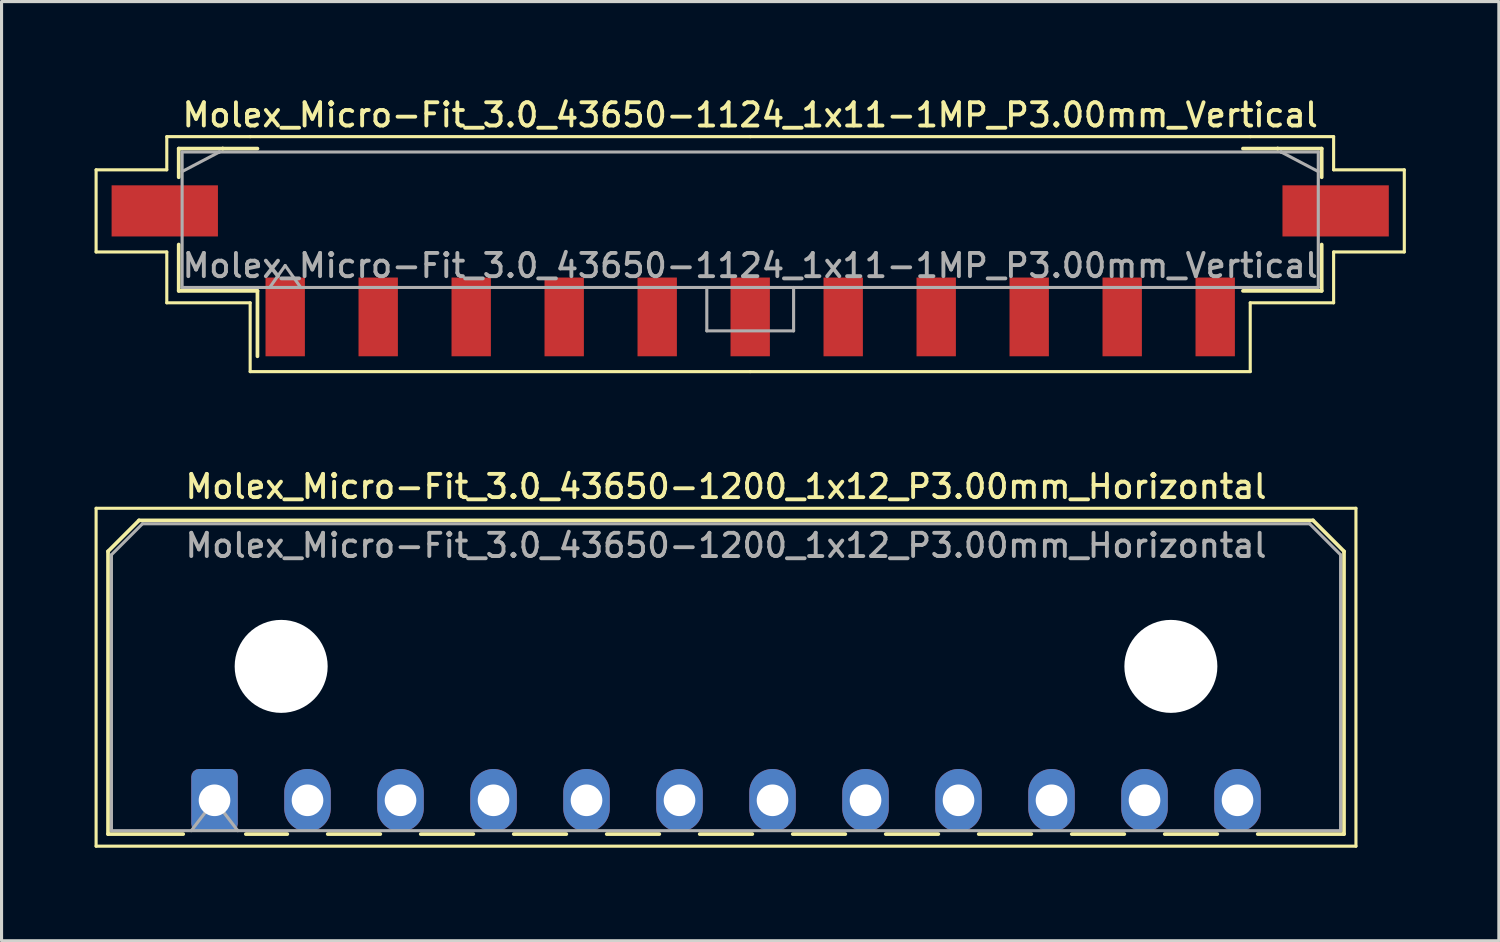
<source format=kicad_pcb>
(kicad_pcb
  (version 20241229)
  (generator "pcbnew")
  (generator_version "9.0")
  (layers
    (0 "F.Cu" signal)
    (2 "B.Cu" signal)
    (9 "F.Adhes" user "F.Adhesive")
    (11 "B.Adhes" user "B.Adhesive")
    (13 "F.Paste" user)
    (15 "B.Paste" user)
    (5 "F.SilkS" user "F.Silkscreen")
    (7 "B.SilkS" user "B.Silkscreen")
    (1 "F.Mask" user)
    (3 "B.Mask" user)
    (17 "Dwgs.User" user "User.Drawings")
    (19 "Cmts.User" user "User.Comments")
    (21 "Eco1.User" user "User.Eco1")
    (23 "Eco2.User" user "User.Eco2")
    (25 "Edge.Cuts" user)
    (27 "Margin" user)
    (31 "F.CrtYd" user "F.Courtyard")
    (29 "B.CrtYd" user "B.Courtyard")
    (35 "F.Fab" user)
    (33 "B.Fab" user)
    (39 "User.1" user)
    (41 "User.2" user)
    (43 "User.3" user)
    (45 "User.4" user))
  (footprint "Molex_Micro-Fit_3.0_43650-1200_1x12_P3.00mm_Horizontal"
    (layer "F.Cu")
    (at 3.87 22.766)
    (property "Reference" "Molex_Micro-Fit_3.0_43650-1200_1x12_P3.00mm_Horizontal" (at 16.5 -10.12 0) (layer "F.SilkS") (effects (font (size 0.75 0.75) (thickness 0.125))))
    (attr through_hole)
    (fp_line (start -3.82 -9.42) (end 36.82 -9.42) (stroke (width 0.1) (type solid)) (layer "F.SilkS"))
    (fp_line (start -3.82 1.48) (end -3.82 -9.42) (stroke (width 0.1) (type solid)) (layer "F.SilkS"))
    (fp_line (start -3.435 -8.03) (end -2.435 -9.03) (stroke (width 0.12) (type solid)) (layer "F.SilkS"))
    (fp_line (start -3.435 1.09) (end -3.435 -8.03) (stroke (width 0.12) (type solid)) (layer "F.SilkS"))
    (fp_line (start -3.435 1.09) (end -1.01 1.09) (stroke (width 0.12) (type solid)) (layer "F.SilkS"))
    (fp_line (start -2.435 -9.03) (end 35.435 -9.03) (stroke (width 0.12) (type solid)) (layer "F.SilkS"))
    (fp_line (start 1.01 1.09) (end 2.348 1.09) (stroke (width 0.12) (type solid)) (layer "F.SilkS"))
    (fp_line (start 3.652 1.09) (end 5.348 1.09) (stroke (width 0.12) (type solid)) (layer "F.SilkS"))
    (fp_line (start 6.652 1.09) (end 8.348 1.09) (stroke (width 0.12) (type solid)) (layer "F.SilkS"))
    (fp_line (start 9.652 1.09) (end 11.348 1.09) (stroke (width 0.12) (type solid)) (layer "F.SilkS"))
    (fp_line (start 12.652 1.09) (end 14.348 1.09) (stroke (width 0.12) (type solid)) (layer "F.SilkS"))
    (fp_line (start 15.652 1.09) (end 17.348 1.09) (stroke (width 0.12) (type solid)) (layer "F.SilkS"))
    (fp_line (start 18.652 1.09) (end 20.348 1.09) (stroke (width 0.12) (type solid)) (layer "F.SilkS"))
    (fp_line (start 21.652 1.09) (end 23.348 1.09) (stroke (width 0.12) (type solid)) (layer "F.SilkS"))
    (fp_line (start 24.652 1.09) (end 26.348 1.09) (stroke (width 0.12) (type solid)) (layer "F.SilkS"))
    (fp_line (start 27.652 1.09) (end 29.348 1.09) (stroke (width 0.12) (type solid)) (layer "F.SilkS"))
    (fp_line (start 30.652 1.09) (end 32.348 1.09) (stroke (width 0.12) (type solid)) (layer "F.SilkS"))
    (fp_line (start 35.435 -9.03) (end 36.435 -8.03) (stroke (width 0.12) (type solid)) (layer "F.SilkS"))
    (fp_line (start 36.435 -8.03) (end 36.435 1.09) (stroke (width 0.12) (type solid)) (layer "F.SilkS"))
    (fp_line (start 36.435 1.09) (end 33.652 1.09) (stroke (width 0.12) (type solid)) (layer "F.SilkS"))
    (fp_line (start 36.82 -9.42) (end 36.82 1.48) (stroke (width 0.1) (type solid)) (layer "F.SilkS"))
    (fp_line (start 36.82 1.48) (end -3.82 1.48) (stroke (width 0.1) (type solid)) (layer "F.SilkS"))
    (fp_line (start -3.325 -7.92) (end -2.325 -8.92) (stroke (width 0.1) (type solid)) (layer "F.Fab"))
    (fp_line (start -3.325 0.98) (end -3.325 -7.92) (stroke (width 0.1) (type solid)) (layer "F.Fab"))
    (fp_line (start -2.325 -8.92) (end 35.325 -8.92) (stroke (width 0.1) (type solid)) (layer "F.Fab"))
    (fp_line (start -0.75 0.98) (end 0 0) (stroke (width 0.1) (type solid)) (layer "F.Fab"))
    (fp_line (start 0 0) (end 0.75 0.98) (stroke (width 0.1) (type solid)) (layer "F.Fab"))
    (fp_line (start 35.325 -8.92) (end 36.325 -7.92) (stroke (width 0.1) (type solid)) (layer "F.Fab"))
    (fp_line (start 36.325 -7.92) (end 36.325 0.98) (stroke (width 0.1) (type solid)) (layer "F.Fab"))
    (fp_line (start 36.325 0.98) (end -3.325 0.98) (stroke (width 0.1) (type solid)) (layer "F.Fab"))
    (fp_text user "${REFERENCE}" (at 16.5 -8.22 0) (layer "F.Fab") (effects (font (size 0.75 0.75) (thickness 0.125))))
    (pad "" np_thru_hole circle (at 2.15 -4.32) (size 3 3) (drill 3) (layers "*.Cu" "*.Mask"))
    (pad "" np_thru_hole circle (at 30.85 -4.32) (size 3 3) (drill 3) (layers "*.Cu" "*.Mask"))
    (pad "1" thru_hole roundrect (at 0 0) (size 1.5 2.02) (drill 1.02) (layers "*.Cu" "*.Mask") (roundrect_rratio 0.167))
    (pad "2" thru_hole oval (at 3 0) (size 1.5 2.02) (drill 1.02) (layers "*.Cu" "*.Mask"))
    (pad "3" thru_hole oval (at 6 0) (size 1.5 2.02) (drill 1.02) (layers "*.Cu" "*.Mask"))
    (pad "4" thru_hole oval (at 9 0) (size 1.5 2.02) (drill 1.02) (layers "*.Cu" "*.Mask"))
    (pad "5" thru_hole oval (at 12 0) (size 1.5 2.02) (drill 1.02) (layers "*.Cu" "*.Mask"))
    (pad "6" thru_hole oval (at 15 0) (size 1.5 2.02) (drill 1.02) (layers "*.Cu" "*.Mask"))
    (pad "7" thru_hole oval (at 18 0) (size 1.5 2.02) (drill 1.02) (layers "*.Cu" "*.Mask"))
    (pad "8" thru_hole oval (at 21 0) (size 1.5 2.02) (drill 1.02) (layers "*.Cu" "*.Mask"))
    (pad "9" thru_hole oval (at 24 0) (size 1.5 2.02) (drill 1.02) (layers "*.Cu" "*.Mask"))
    (pad "10" thru_hole oval (at 27 0) (size 1.5 2.02) (drill 1.02) (layers "*.Cu" "*.Mask"))
    (pad "11" thru_hole oval (at 30 0) (size 1.5 2.02) (drill 1.02) (layers "*.Cu" "*.Mask"))
    (pad "12" thru_hole oval (at 33 0) (size 1.5 2.02) (drill 1.02) (layers "*.Cu" "*.Mask")))
  (footprint "Molex_Micro-Fit_3.0_43650-1124_1x11-1MP_P3.00mm_Vertical"
    (layer "F.Cu")
    (at 21.15 4.038)
    (property "Reference" "Molex_Micro-Fit_3.0_43650-1124_1x11-1MP_P3.00mm_Vertical" (at 0 -3.38 0) (layer "F.SilkS") (effects (font (size 0.75 0.75) (thickness 0.125))))
    (attr smd)
    (fp_line (start -21.1 -1.61) (end -21.1 1.04) (stroke (width 0.1) (type solid)) (layer "F.SilkS"))
    (fp_line (start -21.1 1.04) (end -18.82 1.04) (stroke (width 0.1) (type solid)) (layer "F.SilkS"))
    (fp_line (start -18.82 -2.68) (end -18.82 -1.61) (stroke (width 0.1) (type solid)) (layer "F.SilkS"))
    (fp_line (start -18.82 -1.61) (end -21.1 -1.61) (stroke (width 0.1) (type solid)) (layer "F.SilkS"))
    (fp_line (start -18.82 1.04) (end -18.82 2.68) (stroke (width 0.1) (type solid)) (layer "F.SilkS"))
    (fp_line (start -18.82 2.68) (end -16.13 2.68) (stroke (width 0.1) (type solid)) (layer "F.SilkS"))
    (fp_line (start -18.435 -2.295) (end -17.015 -2.295) (stroke (width 0.12) (type solid)) (layer "F.SilkS"))
    (fp_line (start -18.435 -1.37) (end -18.435 -2.295) (stroke (width 0.12) (type solid)) (layer "F.SilkS"))
    (fp_line (start -18.435 0.8) (end -18.435 2.295) (stroke (width 0.12) (type solid)) (layer "F.SilkS"))
    (fp_line (start -18.435 2.295) (end -15.895 2.295) (stroke (width 0.12) (type solid)) (layer "F.SilkS"))
    (fp_line (start -17.015 -2.295) (end -17.015 -2.295) (stroke (width 0.12) (type solid)) (layer "F.SilkS"))
    (fp_line (start -17.015 -2.295) (end -15.895 -2.295) (stroke (width 0.12) (type solid)) (layer "F.SilkS"))
    (fp_line (start -16.13 -2.68) (end -18.82 -2.68) (stroke (width 0.1) (type solid)) (layer "F.SilkS"))
    (fp_line (start -16.13 2.68) (end -16.13 4.9) (stroke (width 0.1) (type solid)) (layer "F.SilkS"))
    (fp_line (start -16.13 4.9) (end 0 4.9) (stroke (width 0.1) (type solid)) (layer "F.SilkS"))
    (fp_line (start -15.895 2.295) (end -15.895 4.405) (stroke (width 0.12) (type solid)) (layer "F.SilkS"))
    (fp_line (start 0 -2.68) (end -16.13 -2.68) (stroke (width 0.1) (type solid)) (layer "F.SilkS"))
    (fp_line (start 0 -2.68) (end 16.13 -2.68) (stroke (width 0.1) (type solid)) (layer "F.SilkS"))
    (fp_line (start 16.13 -2.68) (end 18.82 -2.68) (stroke (width 0.1) (type solid)) (layer "F.SilkS"))
    (fp_line (start 16.13 2.68) (end 16.13 4.9) (stroke (width 0.1) (type solid)) (layer "F.SilkS"))
    (fp_line (start 16.13 4.9) (end 0 4.9) (stroke (width 0.1) (type solid)) (layer "F.SilkS"))
    (fp_line (start 17.015 -2.295) (end 15.895 -2.295) (stroke (width 0.12) (type solid)) (layer "F.SilkS"))
    (fp_line (start 17.015 -2.295) (end 17.015 -2.295) (stroke (width 0.12) (type solid)) (layer "F.SilkS"))
    (fp_line (start 18.435 -2.295) (end 17.015 -2.295) (stroke (width 0.12) (type solid)) (layer "F.SilkS"))
    (fp_line (start 18.435 -1.37) (end 18.435 -2.295) (stroke (width 0.12) (type solid)) (layer "F.SilkS"))
    (fp_line (start 18.435 0.8) (end 18.435 2.295) (stroke (width 0.12) (type solid)) (layer "F.SilkS"))
    (fp_line (start 18.435 2.295) (end 15.895 2.295) (stroke (width 0.12) (type solid)) (layer "F.SilkS"))
    (fp_line (start 18.82 -2.68) (end 18.82 -1.61) (stroke (width 0.1) (type solid)) (layer "F.SilkS"))
    (fp_line (start 18.82 -1.61) (end 21.1 -1.61) (stroke (width 0.1) (type solid)) (layer "F.SilkS"))
    (fp_line (start 18.82 1.04) (end 18.82 2.68) (stroke (width 0.1) (type solid)) (layer "F.SilkS"))
    (fp_line (start 18.82 2.68) (end 16.13 2.68) (stroke (width 0.1) (type solid)) (layer "F.SilkS"))
    (fp_line (start 21.1 -1.61) (end 21.1 1.04) (stroke (width 0.1) (type solid)) (layer "F.SilkS"))
    (fp_line (start 21.1 1.04) (end 18.82 1.04) (stroke (width 0.1) (type solid)) (layer "F.SilkS"))
    (fp_line (start -18.325 -2.185) (end -18.325 2.185) (stroke (width 0.1) (type solid)) (layer "F.Fab"))
    (fp_line (start -18.325 -1.555) (end -17.125 -2.185) (stroke (width 0.1) (type solid)) (layer "F.Fab"))
    (fp_line (start -18.325 2.185) (end 18.325 2.185) (stroke (width 0.1) (type solid)) (layer "F.Fab"))
    (fp_line (start -17.125 -2.185) (end -18.325 -2.185) (stroke (width 0.1) (type solid)) (layer "F.Fab"))
    (fp_line (start -17.125 -2.185) (end -17.125 -2.185) (stroke (width 0.1) (type solid)) (layer "F.Fab"))
    (fp_line (start -15.5 2.185) (end -15 1.478) (stroke (width 0.1) (type solid)) (layer "F.Fab"))
    (fp_line (start -15 1.478) (end -14.5 2.185) (stroke (width 0.1) (type solid)) (layer "F.Fab"))
    (fp_line (start -1.4 2.185) (end -1.4 3.585) (stroke (width 0.1) (type solid)) (layer "F.Fab"))
    (fp_line (start -1.4 3.585) (end 1.4 3.585) (stroke (width 0.1) (type solid)) (layer "F.Fab"))
    (fp_line (start 1.4 3.585) (end 1.4 2.185) (stroke (width 0.1) (type solid)) (layer "F.Fab"))
    (fp_line (start 17.125 -2.185) (end -17.125 -2.185) (stroke (width 0.1) (type solid)) (layer "F.Fab"))
    (fp_line (start 17.125 -2.185) (end 17.125 -2.185) (stroke (width 0.1) (type solid)) (layer "F.Fab"))
    (fp_line (start 18.325 -2.185) (end 17.125 -2.185) (stroke (width 0.1) (type solid)) (layer "F.Fab"))
    (fp_line (start 18.325 -1.555) (end 17.125 -2.185) (stroke (width 0.1) (type solid)) (layer "F.Fab"))
    (fp_line (start 18.325 2.185) (end 18.325 -2.185) (stroke (width 0.1) (type solid)) (layer "F.Fab"))
    (fp_text user "${REFERENCE}" (at 0 1.48 0) (layer "F.Fab") (effects (font (size 0.75 0.75) (thickness 0.125))))
    (pad "1" smd rect (at -15 3.135) (size 1.27 2.54) (layers "F.Cu" "F.Mask" "F.Paste"))
    (pad "2" smd rect (at -12 3.135) (size 1.27 2.54) (layers "F.Cu" "F.Mask" "F.Paste"))
    (pad "3" smd rect (at -9 3.135) (size 1.27 2.54) (layers "F.Cu" "F.Mask" "F.Paste"))
    (pad "4" smd rect (at -6 3.135) (size 1.27 2.54) (layers "F.Cu" "F.Mask" "F.Paste"))
    (pad "5" smd rect (at -3 3.135) (size 1.27 2.54) (layers "F.Cu" "F.Mask" "F.Paste"))
    (pad "6" smd rect (at 0 3.135) (size 1.27 2.54) (layers "F.Cu" "F.Mask" "F.Paste"))
    (pad "7" smd rect (at 3 3.135) (size 1.27 2.54) (layers "F.Cu" "F.Mask" "F.Paste"))
    (pad "8" smd rect (at 6 3.135) (size 1.27 2.54) (layers "F.Cu" "F.Mask" "F.Paste"))
    (pad "9" smd rect (at 9 3.135) (size 1.27 2.54) (layers "F.Cu" "F.Mask" "F.Paste"))
    (pad "10" smd rect (at 12 3.135) (size 1.27 2.54) (layers "F.Cu" "F.Mask" "F.Paste"))
    (pad "11" smd rect (at 15 3.135) (size 1.27 2.54) (layers "F.Cu" "F.Mask" "F.Paste"))
    (pad "MP" smd rect (at -18.885 -0.285) (size 3.43 1.65) (layers "F.Cu" "F.Mask" "F.Paste"))
    (pad "MP" smd rect (at 18.885 -0.285) (size 3.43 1.65) (layers "F.Cu" "F.Mask" "F.Paste")))
  (gr_rect
    (start -3 -3)
    (end 45.3 27.296)
    (stroke (width 0.1) (type default))
    (fill no)
    (layer "Edge.Cuts")))
</source>
